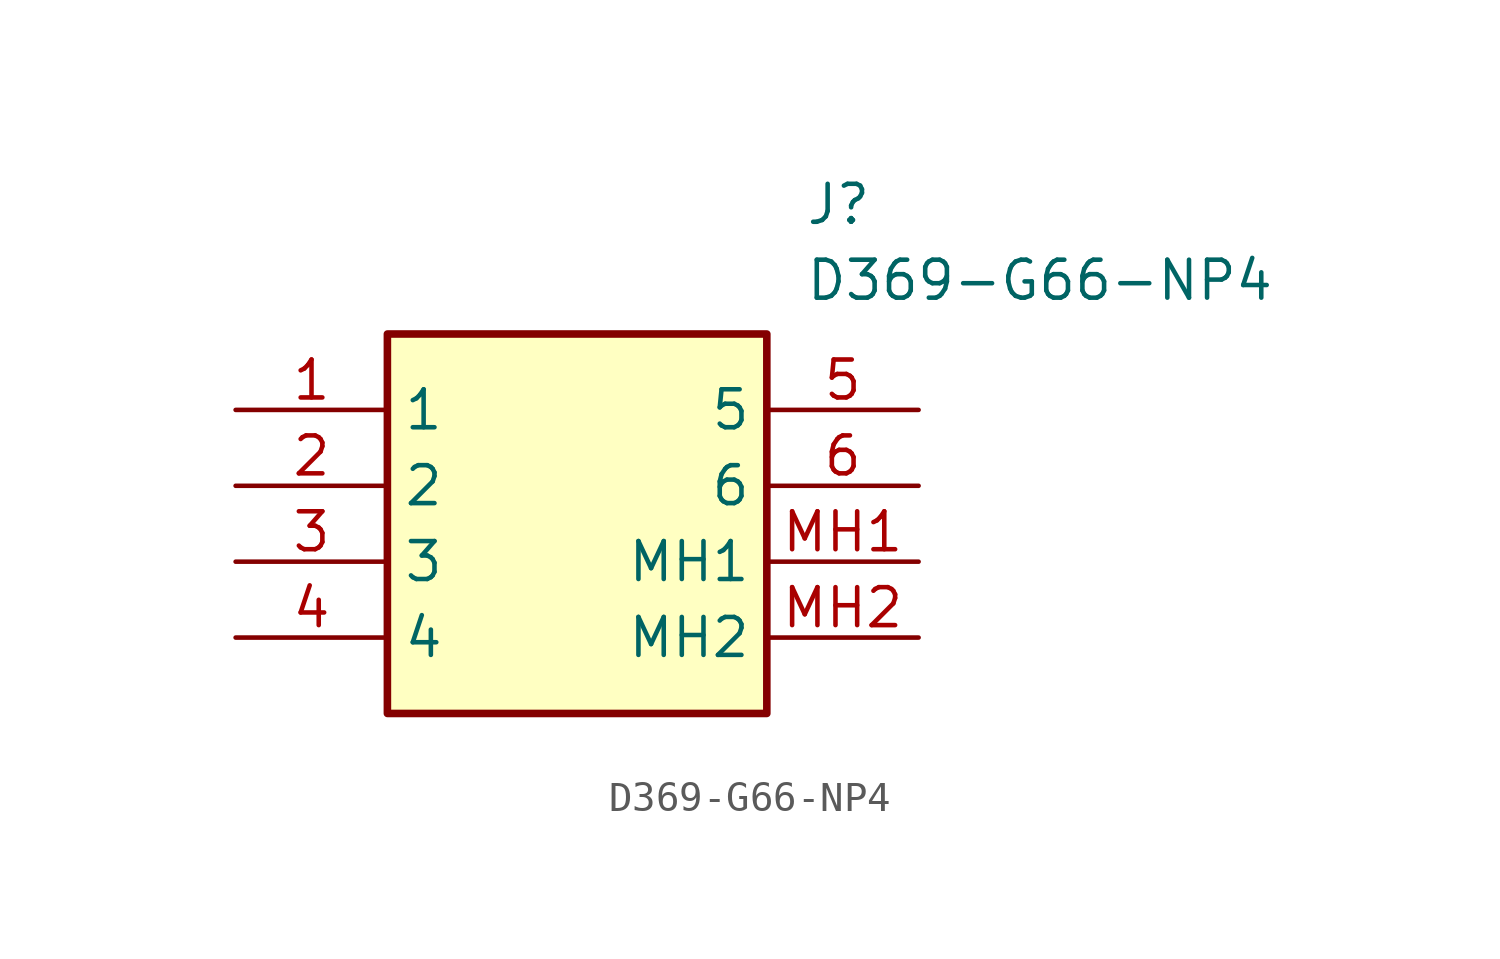
<source format=kicad_sym>
(kicad_symbol_lib
  (version 20211014)
  (generator SamacSys_ECAD_Model)
  (symbol "D369-G66-NP4"
    (property "Reference" "J"
      (at 19.05 7.62 0)
      (effects (font (size 1.27 1.27)) (justify left top)))
    (property "Value" "D369-G66-NP4"
      (at 19.05 5.08 0)
      (effects (font (size 1.27 1.27)) (justify left top)))
    (rectangle
      (start 5.08 2.54)
      (end 17.78 -10.16)
      (stroke (width 0.254) (type default))
      (fill (type background)))
    (pin passive line
      (at 0 0 0)
      (length 5.08)
      (name "1" (effects (font (size 1.27 1.27))))
      (number "1" (effects (font (size 1.27 1.27)))))
    (pin passive line
      (at 0 -2.54 0)
      (length 5.08)
      (name "2" (effects (font (size 1.27 1.27))))
      (number "2" (effects (font (size 1.27 1.27)))))
    (pin passive line
      (at 0 -5.08 0)
      (length 5.08)
      (name "3" (effects (font (size 1.27 1.27))))
      (number "3" (effects (font (size 1.27 1.27)))))
    (pin passive line
      (at 0 -7.62 0)
      (length 5.08)
      (name "4" (effects (font (size 1.27 1.27))))
      (number "4" (effects (font (size 1.27 1.27)))))
    (pin passive line
      (at 22.86 0 180)
      (length 5.08)
      (name "5" (effects (font (size 1.27 1.27))))
      (number "5" (effects (font (size 1.27 1.27)))))
    (pin passive line
      (at 22.86 -2.54 180)
      (length 5.08)
      (name "6" (effects (font (size 1.27 1.27))))
      (number "6" (effects (font (size 1.27 1.27)))))
    (pin passive line
      (at 22.86 -5.08 180)
      (length 5.08)
      (name "MH1" (effects (font (size 1.27 1.27))))
      (number "MH1" (effects (font (size 1.27 1.27)))))
    (pin passive line
      (at 22.86 -7.62 180)
      (length 5.08)
      (name "MH2" (effects (font (size 1.27 1.27))))
      (number "MH2" (effects (font (size 1.27 1.27)))))))
</source>
